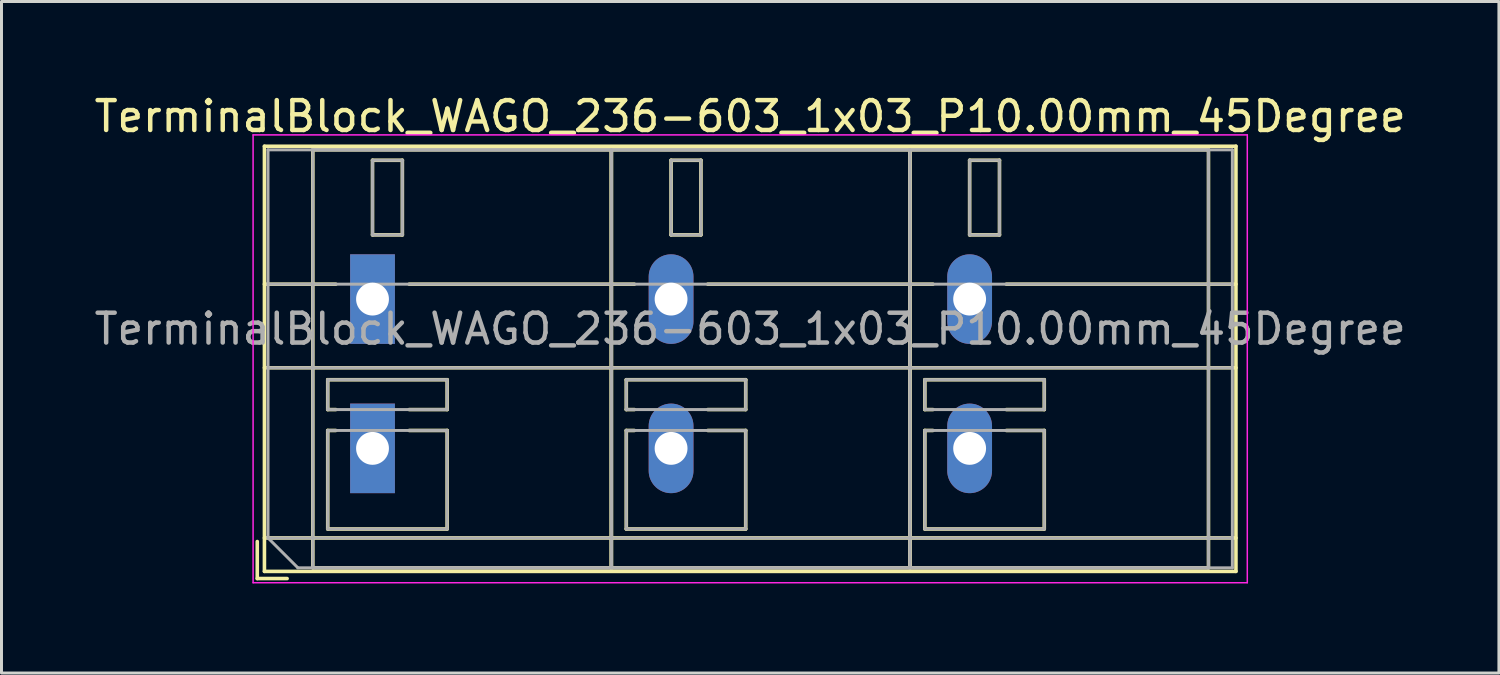
<source format=kicad_pcb>
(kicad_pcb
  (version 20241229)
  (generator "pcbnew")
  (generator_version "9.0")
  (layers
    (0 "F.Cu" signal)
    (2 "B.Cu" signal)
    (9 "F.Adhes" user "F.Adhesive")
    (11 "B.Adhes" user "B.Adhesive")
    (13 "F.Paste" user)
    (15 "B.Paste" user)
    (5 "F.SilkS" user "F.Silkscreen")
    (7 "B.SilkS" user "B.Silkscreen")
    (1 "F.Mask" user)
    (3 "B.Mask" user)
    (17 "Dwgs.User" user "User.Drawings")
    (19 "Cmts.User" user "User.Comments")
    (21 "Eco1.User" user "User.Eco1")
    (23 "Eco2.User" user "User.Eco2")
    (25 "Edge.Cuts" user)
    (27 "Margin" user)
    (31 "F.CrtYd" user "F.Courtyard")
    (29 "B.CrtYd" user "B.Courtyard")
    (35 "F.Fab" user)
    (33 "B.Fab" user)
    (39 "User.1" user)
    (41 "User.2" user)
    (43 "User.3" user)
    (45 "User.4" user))
  (footprint "TerminalBlock_WAGO_236-603_1x03_P10.00mm_45Degree"
    (layer "F.Cu")
    (at 9.427 6.968)
    (property "Reference" "TerminalBlock_WAGO_236-603_1x03_P10.00mm_45Degree" (at 12.65 -6.12 0) (layer "F.SilkS") (effects (font (size 1 1) (thickness 0.15))))
    (attr through_hole)
    (fp_line (start -3.86 8.12) (end -3.86 9.36) (stroke (width 0.12) (type solid)) (layer "F.SilkS"))
    (fp_line (start -3.86 9.36) (end -2.86 9.36) (stroke (width 0.12) (type solid)) (layer "F.SilkS"))
    (fp_line (start -3.62 -5.12) (end -3.62 9.12) (stroke (width 0.12) (type solid)) (layer "F.SilkS"))
    (fp_line (start -3.62 -5.12) (end 28.92 -5.12) (stroke (width 0.12) (type solid)) (layer "F.SilkS"))
    (fp_line (start -3.62 -0.5) (end -1.23 -0.5) (stroke (width 0.12) (type solid)) (layer "F.SilkS"))
    (fp_line (start -3.62 2.3) (end 28.92 2.3) (stroke (width 0.12) (type solid)) (layer "F.SilkS"))
    (fp_line (start -3.62 8) (end 28.92 8) (stroke (width 0.12) (type solid)) (layer "F.SilkS"))
    (fp_line (start -3.62 9.12) (end 28.92 9.12) (stroke (width 0.12) (type solid)) (layer "F.SilkS"))
    (fp_line (start -2 -5) (end -2 9) (stroke (width 0.12) (type solid)) (layer "F.SilkS"))
    (fp_line (start -2 -5) (end 8 -5) (stroke (width 0.12) (type solid)) (layer "F.SilkS"))
    (fp_line (start -2 9) (end 8 9) (stroke (width 0.12) (type solid)) (layer "F.SilkS"))
    (fp_line (start -1.5 2.7) (end -1.5 3.7) (stroke (width 0.12) (type solid)) (layer "F.SilkS"))
    (fp_line (start -1.5 2.7) (end 2.5 2.7) (stroke (width 0.12) (type solid)) (layer "F.SilkS"))
    (fp_line (start -1.5 3.7) (end -1.23 3.7) (stroke (width 0.12) (type solid)) (layer "F.SilkS"))
    (fp_line (start -1.5 4.4) (end -1.5 7.7) (stroke (width 0.12) (type solid)) (layer "F.SilkS"))
    (fp_line (start -1.5 4.4) (end -1.23 4.4) (stroke (width 0.12) (type solid)) (layer "F.SilkS"))
    (fp_line (start -1.5 7.7) (end 2.5 7.7) (stroke (width 0.12) (type solid)) (layer "F.SilkS"))
    (fp_line (start 0 -4.65) (end 0 -2.151) (stroke (width 0.12) (type solid)) (layer "F.SilkS"))
    (fp_line (start 0 -4.65) (end 1 -4.65) (stroke (width 0.12) (type solid)) (layer "F.SilkS"))
    (fp_line (start 0 -2.151) (end 1 -2.151) (stroke (width 0.12) (type solid)) (layer "F.SilkS"))
    (fp_line (start 1 -4.65) (end 1 -2.151) (stroke (width 0.12) (type solid)) (layer "F.SilkS"))
    (fp_line (start 1.23 -0.5) (end 8.77 -0.5) (stroke (width 0.12) (type solid)) (layer "F.SilkS"))
    (fp_line (start 1.23 3.7) (end 2.5 3.7) (stroke (width 0.12) (type solid)) (layer "F.SilkS"))
    (fp_line (start 1.23 4.4) (end 2.5 4.4) (stroke (width 0.12) (type solid)) (layer "F.SilkS"))
    (fp_line (start 2.5 2.7) (end 2.5 3.7) (stroke (width 0.12) (type solid)) (layer "F.SilkS"))
    (fp_line (start 2.5 4.4) (end 2.5 7.7) (stroke (width 0.12) (type solid)) (layer "F.SilkS"))
    (fp_line (start 8 -5) (end 8 9) (stroke (width 0.12) (type solid)) (layer "F.SilkS"))
    (fp_line (start 8 -5) (end 8 9) (stroke (width 0.12) (type solid)) (layer "F.SilkS"))
    (fp_line (start 8 -5) (end 18 -5) (stroke (width 0.12) (type solid)) (layer "F.SilkS"))
    (fp_line (start 8 9) (end 18 9) (stroke (width 0.12) (type solid)) (layer "F.SilkS"))
    (fp_line (start 8.5 2.7) (end 8.5 3.7) (stroke (width 0.12) (type solid)) (layer "F.SilkS"))
    (fp_line (start 8.5 2.7) (end 12.5 2.7) (stroke (width 0.12) (type solid)) (layer "F.SilkS"))
    (fp_line (start 8.5 3.7) (end 8.77 3.7) (stroke (width 0.12) (type solid)) (layer "F.SilkS"))
    (fp_line (start 8.5 4.4) (end 8.5 7.7) (stroke (width 0.12) (type solid)) (layer "F.SilkS"))
    (fp_line (start 8.5 4.4) (end 8.77 4.4) (stroke (width 0.12) (type solid)) (layer "F.SilkS"))
    (fp_line (start 8.5 7.7) (end 12.5 7.7) (stroke (width 0.12) (type solid)) (layer "F.SilkS"))
    (fp_line (start 10 -4.65) (end 10 -2.151) (stroke (width 0.12) (type solid)) (layer "F.SilkS"))
    (fp_line (start 10 -4.65) (end 11 -4.65) (stroke (width 0.12) (type solid)) (layer "F.SilkS"))
    (fp_line (start 10 -2.151) (end 11 -2.151) (stroke (width 0.12) (type solid)) (layer "F.SilkS"))
    (fp_line (start 11 -4.65) (end 11 -2.151) (stroke (width 0.12) (type solid)) (layer "F.SilkS"))
    (fp_line (start 11.23 -0.5) (end 18.77 -0.5) (stroke (width 0.12) (type solid)) (layer "F.SilkS"))
    (fp_line (start 11.23 3.7) (end 12.5 3.7) (stroke (width 0.12) (type solid)) (layer "F.SilkS"))
    (fp_line (start 11.23 4.4) (end 12.5 4.4) (stroke (width 0.12) (type solid)) (layer "F.SilkS"))
    (fp_line (start 12.5 2.7) (end 12.5 3.7) (stroke (width 0.12) (type solid)) (layer "F.SilkS"))
    (fp_line (start 12.5 4.4) (end 12.5 7.7) (stroke (width 0.12) (type solid)) (layer "F.SilkS"))
    (fp_line (start 18 -5) (end 18 9) (stroke (width 0.12) (type solid)) (layer "F.SilkS"))
    (fp_line (start 18 -5) (end 18 9) (stroke (width 0.12) (type solid)) (layer "F.SilkS"))
    (fp_line (start 18 -5) (end 28 -5) (stroke (width 0.12) (type solid)) (layer "F.SilkS"))
    (fp_line (start 18 9) (end 28 9) (stroke (width 0.12) (type solid)) (layer "F.SilkS"))
    (fp_line (start 18.5 2.7) (end 18.5 3.7) (stroke (width 0.12) (type solid)) (layer "F.SilkS"))
    (fp_line (start 18.5 2.7) (end 22.5 2.7) (stroke (width 0.12) (type solid)) (layer "F.SilkS"))
    (fp_line (start 18.5 3.7) (end 18.77 3.7) (stroke (width 0.12) (type solid)) (layer "F.SilkS"))
    (fp_line (start 18.5 4.4) (end 18.5 7.7) (stroke (width 0.12) (type solid)) (layer "F.SilkS"))
    (fp_line (start 18.5 4.4) (end 18.77 4.4) (stroke (width 0.12) (type solid)) (layer "F.SilkS"))
    (fp_line (start 18.5 7.7) (end 22.5 7.7) (stroke (width 0.12) (type solid)) (layer "F.SilkS"))
    (fp_line (start 20 -4.65) (end 20 -2.151) (stroke (width 0.12) (type solid)) (layer "F.SilkS"))
    (fp_line (start 20 -4.65) (end 21 -4.65) (stroke (width 0.12) (type solid)) (layer "F.SilkS"))
    (fp_line (start 20 -2.151) (end 21 -2.151) (stroke (width 0.12) (type solid)) (layer "F.SilkS"))
    (fp_line (start 21 -4.65) (end 21 -2.151) (stroke (width 0.12) (type solid)) (layer "F.SilkS"))
    (fp_line (start 21.23 -0.5) (end 28.92 -0.5) (stroke (width 0.12) (type solid)) (layer "F.SilkS"))
    (fp_line (start 21.23 3.7) (end 22.5 3.7) (stroke (width 0.12) (type solid)) (layer "F.SilkS"))
    (fp_line (start 21.23 4.4) (end 22.5 4.4) (stroke (width 0.12) (type solid)) (layer "F.SilkS"))
    (fp_line (start 22.5 2.7) (end 22.5 3.7) (stroke (width 0.12) (type solid)) (layer "F.SilkS"))
    (fp_line (start 22.5 4.4) (end 22.5 7.7) (stroke (width 0.12) (type solid)) (layer "F.SilkS"))
    (fp_line (start 28 -5) (end 28 9) (stroke (width 0.12) (type solid)) (layer "F.SilkS"))
    (fp_line (start 28.92 -5.12) (end 28.92 9.12) (stroke (width 0.12) (type solid)) (layer "F.SilkS"))
    (fp_line (start -4 -5.5) (end -4 9.5) (stroke (width 0.05) (type solid)) (layer "F.CrtYd"))
    (fp_line (start -4 9.5) (end 29.3 9.5) (stroke (width 0.05) (type solid)) (layer "F.CrtYd"))
    (fp_line (start 29.3 -5.5) (end -4 -5.5) (stroke (width 0.05) (type solid)) (layer "F.CrtYd"))
    (fp_line (start 29.3 9.5) (end 29.3 -5.5) (stroke (width 0.05) (type solid)) (layer "F.CrtYd"))
    (fp_line (start -3.5 -5) (end 28.8 -5) (stroke (width 0.1) (type solid)) (layer "F.Fab"))
    (fp_line (start -3.5 -0.5) (end 28.8 -0.5) (stroke (width 0.1) (type solid)) (layer "F.Fab"))
    (fp_line (start -3.5 2.3) (end 28.8 2.3) (stroke (width 0.1) (type solid)) (layer "F.Fab"))
    (fp_line (start -3.5 8) (end -3.5 -5) (stroke (width 0.1) (type solid)) (layer "F.Fab"))
    (fp_line (start -3.5 8) (end 28.8 8) (stroke (width 0.1) (type solid)) (layer "F.Fab"))
    (fp_line (start -2.5 9) (end -3.5 8) (stroke (width 0.1) (type solid)) (layer "F.Fab"))
    (fp_line (start -2 -5) (end -2 9) (stroke (width 0.1) (type solid)) (layer "F.Fab"))
    (fp_line (start -2 9) (end 8 9) (stroke (width 0.1) (type solid)) (layer "F.Fab"))
    (fp_line (start -1.5 2.7) (end -1.5 3.7) (stroke (width 0.1) (type solid)) (layer "F.Fab"))
    (fp_line (start -1.5 3.7) (end 2.5 3.7) (stroke (width 0.1) (type solid)) (layer "F.Fab"))
    (fp_line (start -1.5 4.4) (end -1.5 7.7) (stroke (width 0.1) (type solid)) (layer "F.Fab"))
    (fp_line (start -1.5 7.7) (end 2.5 7.7) (stroke (width 0.1) (type solid)) (layer "F.Fab"))
    (fp_line (start 0 -4.65) (end 0 -2.15) (stroke (width 0.1) (type solid)) (layer "F.Fab"))
    (fp_line (start 0 -2.15) (end 1 -2.15) (stroke (width 0.1) (type solid)) (layer "F.Fab"))
    (fp_line (start 1 -4.65) (end 0 -4.65) (stroke (width 0.1) (type solid)) (layer "F.Fab"))
    (fp_line (start 1 -2.15) (end 1 -4.65) (stroke (width 0.1) (type solid)) (layer "F.Fab"))
    (fp_line (start 2.5 2.7) (end -1.5 2.7) (stroke (width 0.1) (type solid)) (layer "F.Fab"))
    (fp_line (start 2.5 3.7) (end 2.5 2.7) (stroke (width 0.1) (type solid)) (layer "F.Fab"))
    (fp_line (start 2.5 4.4) (end -1.5 4.4) (stroke (width 0.1) (type solid)) (layer "F.Fab"))
    (fp_line (start 2.5 7.7) (end 2.5 4.4) (stroke (width 0.1) (type solid)) (layer "F.Fab"))
    (fp_line (start 8 -5) (end -2 -5) (stroke (width 0.1) (type solid)) (layer "F.Fab"))
    (fp_line (start 8 -5) (end 8 9) (stroke (width 0.1) (type solid)) (layer "F.Fab"))
    (fp_line (start 8 9) (end 8 -5) (stroke (width 0.1) (type solid)) (layer "F.Fab"))
    (fp_line (start 8 9) (end 18 9) (stroke (width 0.1) (type solid)) (layer "F.Fab"))
    (fp_line (start 8.5 2.7) (end 8.5 3.7) (stroke (width 0.1) (type solid)) (layer "F.Fab"))
    (fp_line (start 8.5 3.7) (end 12.5 3.7) (stroke (width 0.1) (type solid)) (layer "F.Fab"))
    (fp_line (start 8.5 4.4) (end 8.5 7.7) (stroke (width 0.1) (type solid)) (layer "F.Fab"))
    (fp_line (start 8.5 7.7) (end 12.5 7.7) (stroke (width 0.1) (type solid)) (layer "F.Fab"))
    (fp_line (start 10 -4.65) (end 10 -2.15) (stroke (width 0.1) (type solid)) (layer "F.Fab"))
    (fp_line (start 10 -2.15) (end 11 -2.15) (stroke (width 0.1) (type solid)) (layer "F.Fab"))
    (fp_line (start 11 -4.65) (end 10 -4.65) (stroke (width 0.1) (type solid)) (layer "F.Fab"))
    (fp_line (start 11 -2.15) (end 11 -4.65) (stroke (width 0.1) (type solid)) (layer "F.Fab"))
    (fp_line (start 12.5 2.7) (end 8.5 2.7) (stroke (width 0.1) (type solid)) (layer "F.Fab"))
    (fp_line (start 12.5 3.7) (end 12.5 2.7) (stroke (width 0.1) (type solid)) (layer "F.Fab"))
    (fp_line (start 12.5 4.4) (end 8.5 4.4) (stroke (width 0.1) (type solid)) (layer "F.Fab"))
    (fp_line (start 12.5 7.7) (end 12.5 4.4) (stroke (width 0.1) (type solid)) (layer "F.Fab"))
    (fp_line (start 18 -5) (end 8 -5) (stroke (width 0.1) (type solid)) (layer "F.Fab"))
    (fp_line (start 18 -5) (end 18 9) (stroke (width 0.1) (type solid)) (layer "F.Fab"))
    (fp_line (start 18 9) (end 18 -5) (stroke (width 0.1) (type solid)) (layer "F.Fab"))
    (fp_line (start 18 9) (end 28 9) (stroke (width 0.1) (type solid)) (layer "F.Fab"))
    (fp_line (start 18.5 2.7) (end 18.5 3.7) (stroke (width 0.1) (type solid)) (layer "F.Fab"))
    (fp_line (start 18.5 3.7) (end 22.5 3.7) (stroke (width 0.1) (type solid)) (layer "F.Fab"))
    (fp_line (start 18.5 4.4) (end 18.5 7.7) (stroke (width 0.1) (type solid)) (layer "F.Fab"))
    (fp_line (start 18.5 7.7) (end 22.5 7.7) (stroke (width 0.1) (type solid)) (layer "F.Fab"))
    (fp_line (start 20 -4.65) (end 20 -2.15) (stroke (width 0.1) (type solid)) (layer "F.Fab"))
    (fp_line (start 20 -2.15) (end 21 -2.15) (stroke (width 0.1) (type solid)) (layer "F.Fab"))
    (fp_line (start 21 -4.65) (end 20 -4.65) (stroke (width 0.1) (type solid)) (layer "F.Fab"))
    (fp_line (start 21 -2.15) (end 21 -4.65) (stroke (width 0.1) (type solid)) (layer "F.Fab"))
    (fp_line (start 22.5 2.7) (end 18.5 2.7) (stroke (width 0.1) (type solid)) (layer "F.Fab"))
    (fp_line (start 22.5 3.7) (end 22.5 2.7) (stroke (width 0.1) (type solid)) (layer "F.Fab"))
    (fp_line (start 22.5 4.4) (end 18.5 4.4) (stroke (width 0.1) (type solid)) (layer "F.Fab"))
    (fp_line (start 22.5 7.7) (end 22.5 4.4) (stroke (width 0.1) (type solid)) (layer "F.Fab"))
    (fp_line (start 28 -5) (end 18 -5) (stroke (width 0.1) (type solid)) (layer "F.Fab"))
    (fp_line (start 28 9) (end 28 -5) (stroke (width 0.1) (type solid)) (layer "F.Fab"))
    (fp_line (start 28.8 -5) (end 28.8 9) (stroke (width 0.1) (type solid)) (layer "F.Fab"))
    (fp_line (start 28.8 9) (end -2.5 9) (stroke (width 0.1) (type solid)) (layer "F.Fab"))
    (fp_text user "${REFERENCE}" (at 12.65 1 0) (layer "F.Fab") (effects (font (size 1 1) (thickness 0.15))))
    (pad "1" thru_hole rect (at 0 0) (size 1.5 3) (drill 1.1) (layers "*.Cu" "*.Mask"))
    (pad "1" thru_hole rect (at 0 5) (size 1.5 3) (drill 1.1) (layers "*.Cu" "*.Mask"))
    (pad "2" thru_hole oval (at 10 0) (size 1.5 3) (drill 1.1) (layers "*.Cu" "*.Mask"))
    (pad "2" thru_hole oval (at 10 5) (size 1.5 3) (drill 1.1) (layers "*.Cu" "*.Mask"))
    (pad "3" thru_hole oval (at 20 0) (size 1.5 3) (drill 1.1) (layers "*.Cu" "*.Mask"))
    (pad "3" thru_hole oval (at 20 5) (size 1.5 3) (drill 1.1) (layers "*.Cu" "*.Mask")))
  (gr_rect
    (start -3 -3)
    (end 47.155 19.493)
    (stroke (width 0.1) (type default))
    (fill no)
    (layer "Edge.Cuts")))
</source>
